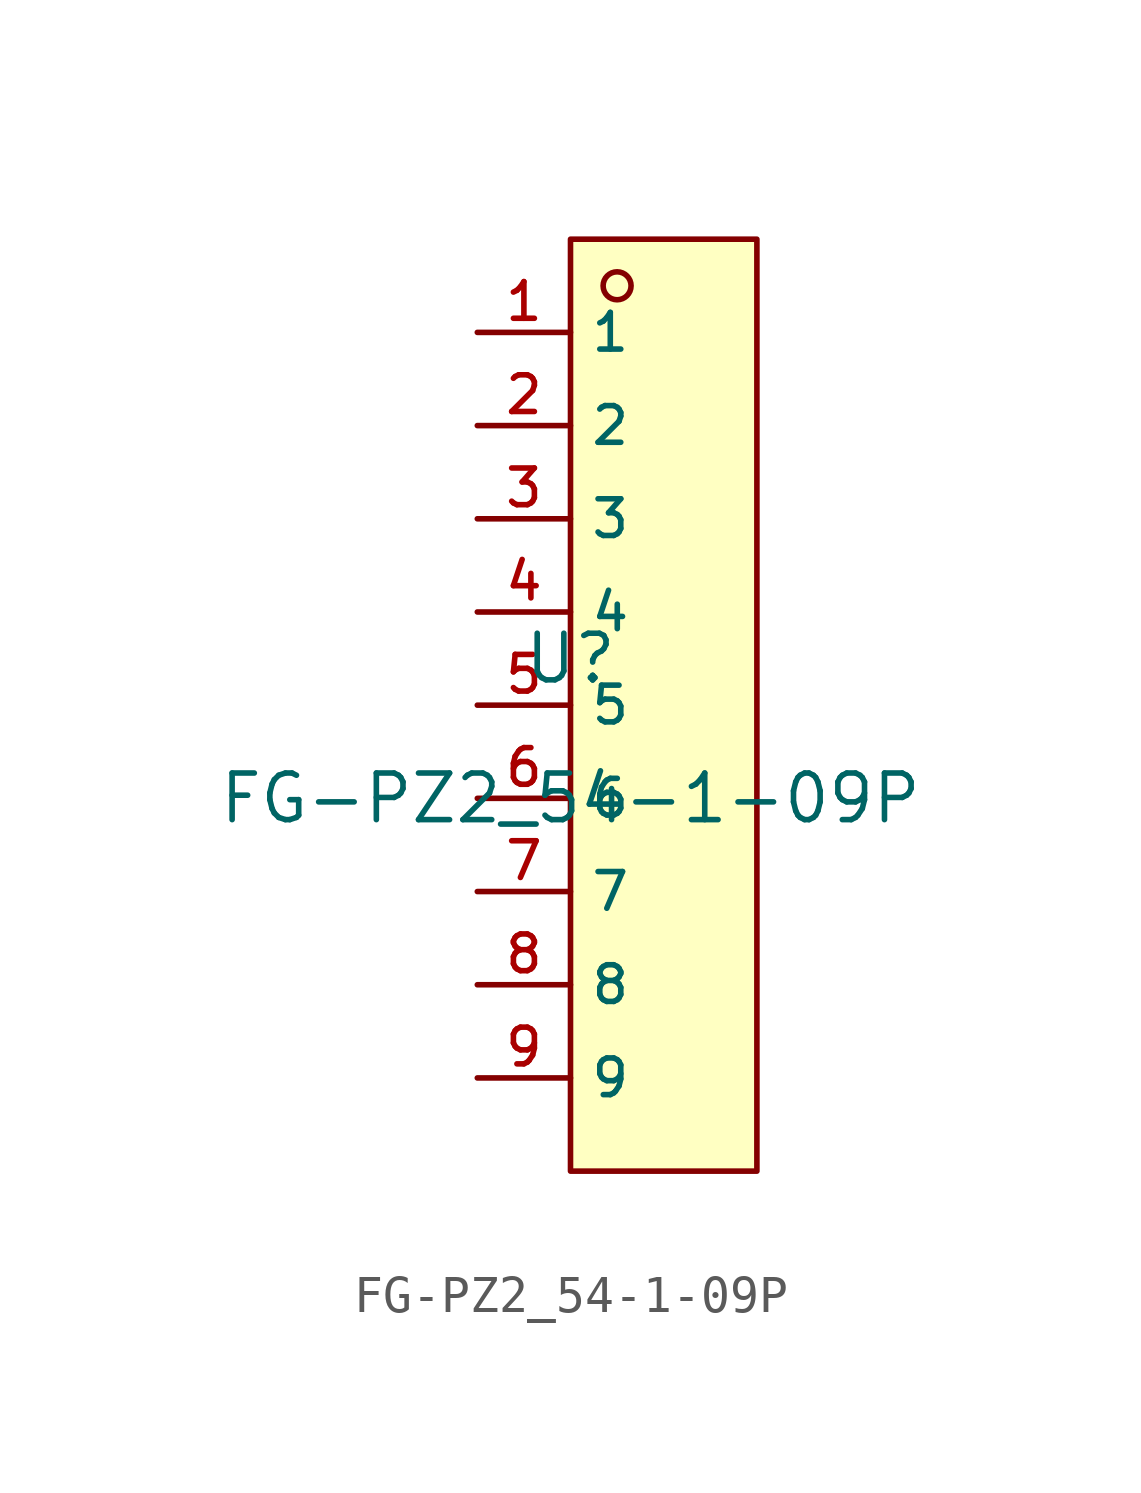
<source format=kicad_sym>
(kicad_symbol_lib
  (version 20210201)
  (generator TousstNicolas/JLC2KiCad_lib)
  (symbol "FG-PZ2_54-1-09P"
    (property "Reference" "U"
      (at 0 1.27 0)
      (effects (font (size 1.27 1.27))))
    (property "Value" "FG-PZ2_54-1-09P"
      (at 0 -2.54 0)
      (effects (font (size 1.27 1.27))))
    (symbol "FG-PZ2_54-1-09P_0_1"
      (rectangle (start 0.0 12.7) (end 5.08 -12.7) (stroke (width 0) (type default) (color 0 0 0 0)) (fill (type background)))
      (circle (center 1.27 11.43) (radius 0.381) (stroke (width 0) (type default) (color 0 0 0 0)) (fill (type background)))
      (pin unspecified line (at -2.54 10.16 0) (length 2.54) (name "1" (effects (font (size 1 1)))) (number "1" (effects (font (size 1 1)))))
      (pin unspecified line (at -2.54 7.62 0) (length 2.54) (name "2" (effects (font (size 1 1)))) (number "2" (effects (font (size 1 1)))))
      (pin unspecified line (at -2.54 5.08 0) (length 2.54) (name "3" (effects (font (size 1 1)))) (number "3" (effects (font (size 1 1)))))
      (pin unspecified line (at -2.54 2.54 0) (length 2.54) (name "4" (effects (font (size 1 1)))) (number "4" (effects (font (size 1 1)))))
      (pin unspecified line (at -2.54 -0.0 0) (length 2.54) (name "5" (effects (font (size 1 1)))) (number "5" (effects (font (size 1 1)))))
      (pin unspecified line (at -2.54 -2.54 0) (length 2.54) (name "6" (effects (font (size 1 1)))) (number "6" (effects (font (size 1 1)))))
      (pin unspecified line (at -2.54 -5.08 0) (length 2.54) (name "7" (effects (font (size 1 1)))) (number "7" (effects (font (size 1 1)))))
      (pin unspecified line (at -2.54 -7.62 0) (length 2.54) (name "8" (effects (font (size 1 1)))) (number "8" (effects (font (size 1 1)))))
      (pin unspecified line (at -2.54 -10.16 0) (length 2.54) (name "9" (effects (font (size 1 1)))) (number "9" (effects (font (size 1 1))))))))
</source>
